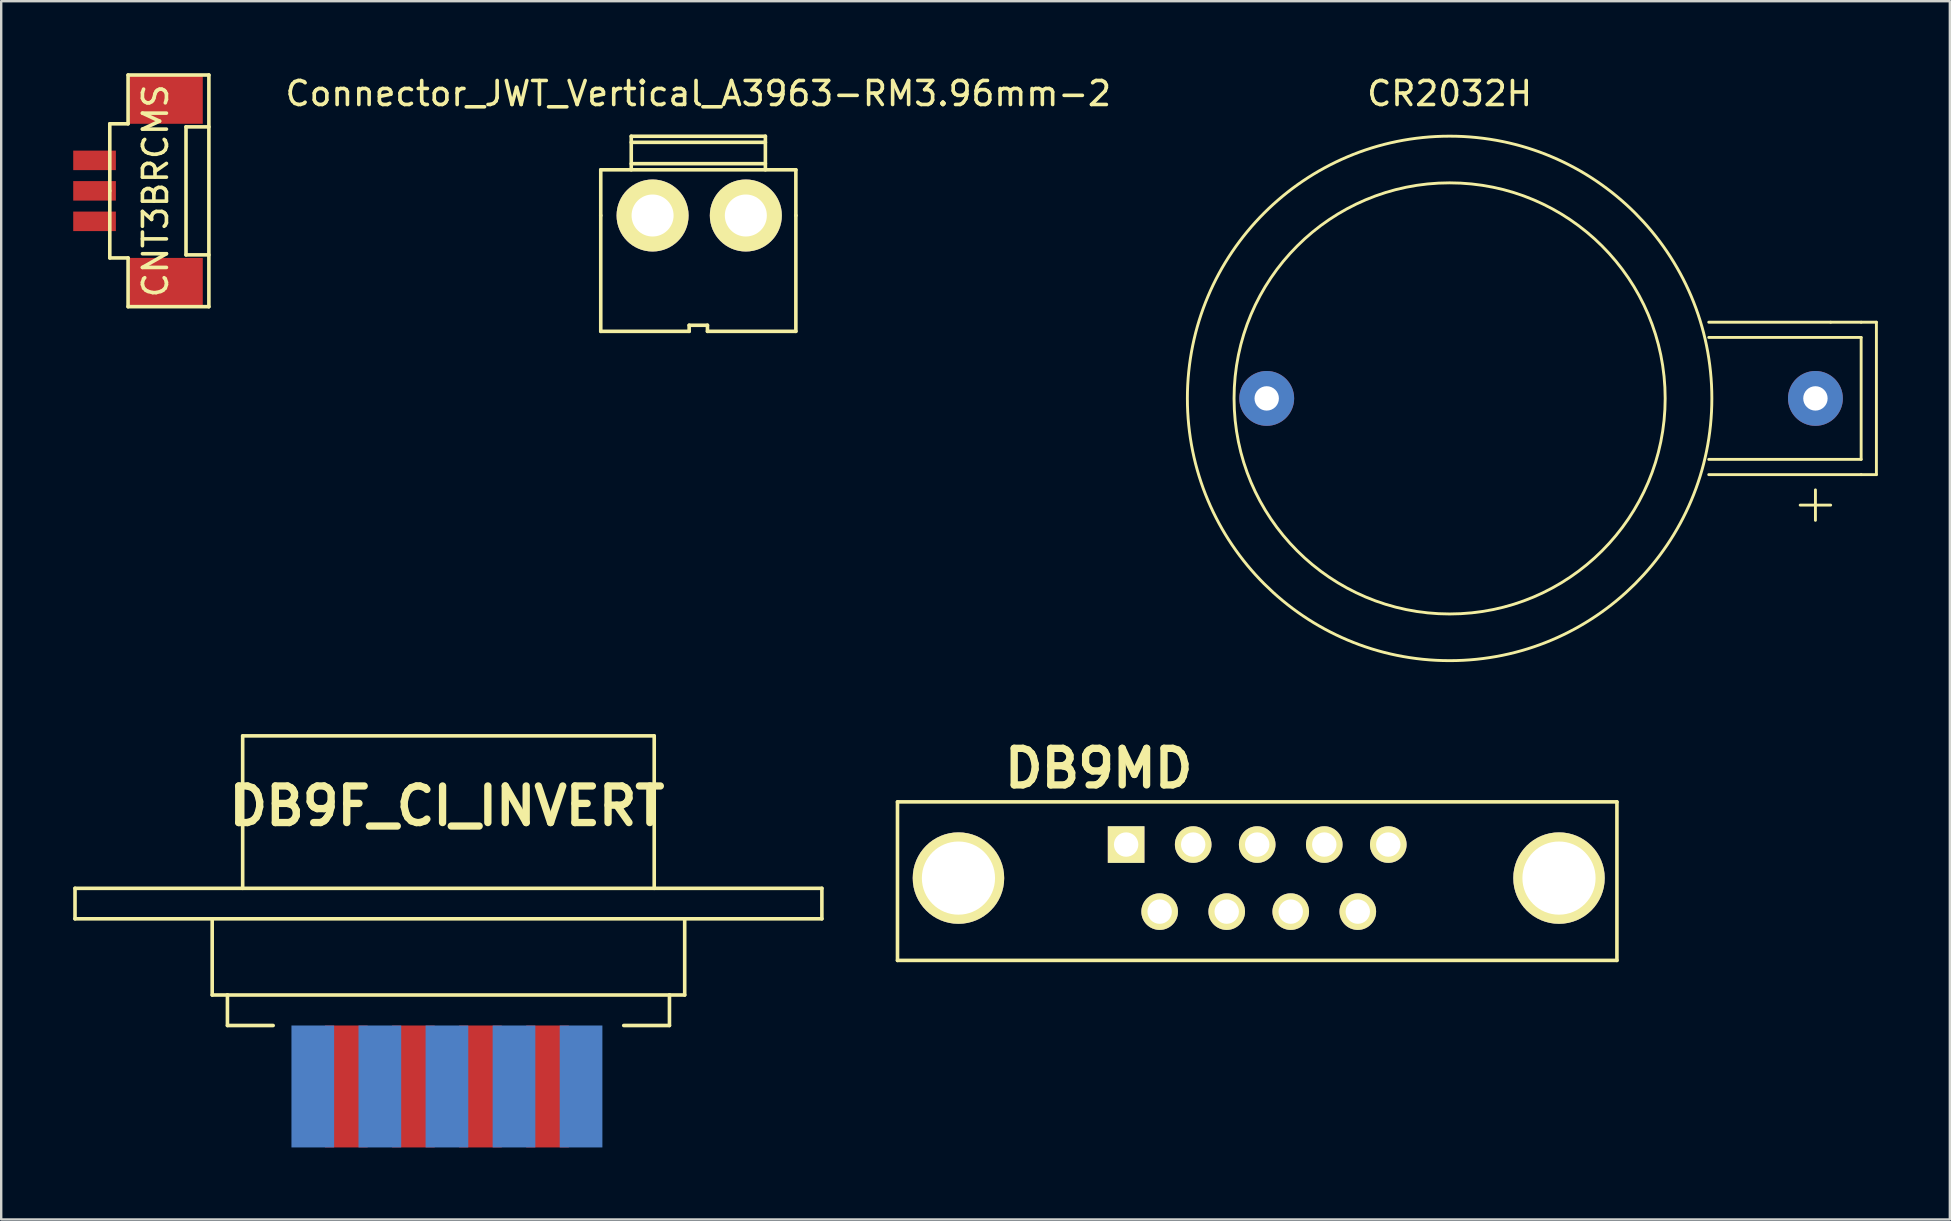
<source format=kicad_pcb>
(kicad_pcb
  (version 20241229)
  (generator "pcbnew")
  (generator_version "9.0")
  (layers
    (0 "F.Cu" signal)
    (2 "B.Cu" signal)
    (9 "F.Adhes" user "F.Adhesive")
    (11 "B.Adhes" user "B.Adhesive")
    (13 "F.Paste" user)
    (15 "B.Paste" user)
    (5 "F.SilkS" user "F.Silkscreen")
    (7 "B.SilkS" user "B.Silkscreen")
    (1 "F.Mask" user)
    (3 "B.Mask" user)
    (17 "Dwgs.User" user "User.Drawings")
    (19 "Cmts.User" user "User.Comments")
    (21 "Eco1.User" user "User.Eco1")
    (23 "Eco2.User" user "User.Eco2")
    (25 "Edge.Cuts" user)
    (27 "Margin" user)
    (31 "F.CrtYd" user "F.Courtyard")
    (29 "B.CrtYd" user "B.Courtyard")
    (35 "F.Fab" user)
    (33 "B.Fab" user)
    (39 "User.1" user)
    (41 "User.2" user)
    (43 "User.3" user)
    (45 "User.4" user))
  (footprint "DB9MD"
    (layer "F.Cu")
    (at 49.326 33.532)
    (property "Reference" "DB9MD" (at -6.604 -4.572 0) (layer "F.SilkS") (effects (font (size 1.524 1.524) (thickness 0.305))))
    (attr through_hole)
    (fp_line (start -14.986 -3.175) (end -14.986 3.429) (stroke (width 0.15) (type solid)) (layer "F.SilkS"))
    (fp_line (start -14.986 3.429) (end 14.986 3.429) (stroke (width 0.15) (type solid)) (layer "F.SilkS"))
    (fp_line (start 14.986 -3.175) (end -14.986 -3.175) (stroke (width 0.15) (type solid)) (layer "F.SilkS"))
    (fp_line (start 14.986 3.429) (end 14.986 -3.175) (stroke (width 0.15) (type solid)) (layer "F.SilkS"))
    (pad "0" thru_hole circle (at -12.446 0) (size 3.81 3.81) (drill 3.048) (layers "*.Cu" "*.Mask" "F.SilkS"))
    (pad "0" thru_hole circle (at 12.573 0) (size 3.81 3.81) (drill 3.048) (layers "*.Cu" "*.Mask" "F.SilkS"))
    (pad "1" thru_hole rect (at -5.461 -1.397) (size 1.524 1.524) (drill 1.016) (layers "*.Cu" "*.Mask" "F.SilkS"))
    (pad "2" thru_hole circle (at -2.667 -1.397) (size 1.524 1.524) (drill 1.016) (layers "*.Cu" "*.Mask" "F.SilkS"))
    (pad "3" thru_hole circle (at 0 -1.397) (size 1.524 1.524) (drill 1.016) (layers "*.Cu" "*.Mask" "F.SilkS"))
    (pad "4" thru_hole circle (at 2.794 -1.397) (size 1.524 1.524) (drill 1.016) (layers "*.Cu" "*.Mask" "F.SilkS"))
    (pad "5" thru_hole circle (at 5.461 -1.397) (size 1.524 1.524) (drill 1.016) (layers "*.Cu" "*.Mask" "F.SilkS"))
    (pad "6" thru_hole circle (at -4.064 1.397) (size 1.524 1.524) (drill 1.016) (layers "*.Cu" "*.Mask" "F.SilkS"))
    (pad "7" thru_hole circle (at -1.27 1.397) (size 1.524 1.524) (drill 1.016) (layers "*.Cu" "*.Mask" "F.SilkS"))
    (pad "8" thru_hole circle (at 1.397 1.397) (size 1.524 1.524) (drill 1.016) (layers "*.Cu" "*.Mask" "F.SilkS"))
    (pad "9" thru_hole circle (at 4.191 1.397) (size 1.524 1.524) (drill 1.016) (layers "*.Cu" "*.Mask" "F.SilkS")))
  (footprint "CR2032H"
    (layer "F.Cu")
    (at 57.342 13.548)
    (property "Reference" "CR2032H" (at 0 -12.7 0) (layer "F.SilkS") (effects (font (size 1 1) (thickness 0.15))))
    (attr through_hole)
    (fp_line (start 10.795 -3.175) (end 15.875 -3.175) (stroke (width 0.12) (type solid)) (layer "F.SilkS"))
    (fp_line (start 10.795 -2.54) (end 17.145 -2.54) (stroke (width 0.12) (type solid)) (layer "F.SilkS"))
    (fp_line (start 14.605 4.445) (end 15.875 4.445) (stroke (width 0.12) (type solid)) (layer "F.SilkS"))
    (fp_line (start 15.24 3.81) (end 15.24 5.08) (stroke (width 0.12) (type solid)) (layer "F.SilkS"))
    (fp_line (start 15.875 -3.175) (end 17.145 -3.175) (stroke (width 0.12) (type solid)) (layer "F.SilkS"))
    (fp_line (start 17.145 -3.175) (end 17.78 -3.175) (stroke (width 0.12) (type solid)) (layer "F.SilkS"))
    (fp_line (start 17.145 -2.54) (end 17.145 2.54) (stroke (width 0.12) (type solid)) (layer "F.SilkS"))
    (fp_line (start 17.145 2.54) (end 10.795 2.54) (stroke (width 0.12) (type solid)) (layer "F.SilkS"))
    (fp_line (start 17.145 3.175) (end 10.795 3.175) (stroke (width 0.12) (type solid)) (layer "F.SilkS"))
    (fp_line (start 17.78 -3.175) (end 17.78 3.175) (stroke (width 0.12) (type solid)) (layer "F.SilkS"))
    (fp_line (start 17.78 3.175) (end 17.145 3.175) (stroke (width 0.12) (type solid)) (layer "F.SilkS"))
    (fp_circle (center 0 0) (end -1.27 -8.89) (stroke (width 0.12) (type solid)) (fill no) (layer "F.SilkS"))
    (fp_circle (center 0 0) (end 6.35 8.89) (stroke (width 0.12) (type solid)) (fill no) (layer "F.SilkS"))
    (pad "1" thru_hole circle (at 15.24 0) (size 2.286 2.286) (drill 1.016) (layers "*.Cu" "*.Mask"))
    (pad "2" thru_hole circle (at -7.62 0) (size 2.286 2.286) (drill 1.016) (layers "*.Cu" "*.Mask")))
  (footprint "DB9F_CI_INVERT"
    (layer "F.Cu")
    (at 15.569 39.673)
    (property "Reference" "DB9F_CI_INVERT" (at 0 -9.144 0) (layer "F.SilkS") (effects (font (size 1.524 1.524) (thickness 0.305))))
    (attr through_hole)
    (fp_line (start -15.494 -5.715) (end 15.621 -5.715) (stroke (width 0.15) (type solid)) (layer "F.SilkS"))
    (fp_line (start -15.494 -4.445) (end -15.494 -5.715) (stroke (width 0.15) (type solid)) (layer "F.SilkS"))
    (fp_line (start -9.779 -4.445) (end -15.494 -4.445) (stroke (width 0.15) (type solid)) (layer "F.SilkS"))
    (fp_line (start -9.779 -1.27) (end -9.779 -4.445) (stroke (width 0.15) (type solid)) (layer "F.SilkS"))
    (fp_line (start -9.144 -1.27) (end -9.779 -1.27) (stroke (width 0.15) (type solid)) (layer "F.SilkS"))
    (fp_line (start -9.144 0) (end -9.144 -1.27) (stroke (width 0.15) (type solid)) (layer "F.SilkS"))
    (fp_line (start -8.509 -12.065) (end 8.636 -12.065) (stroke (width 0.15) (type solid)) (layer "F.SilkS"))
    (fp_line (start -8.509 -5.715) (end -8.509 -12.065) (stroke (width 0.15) (type solid)) (layer "F.SilkS"))
    (fp_line (start -7.239 0) (end -9.144 0) (stroke (width 0.15) (type solid)) (layer "F.SilkS"))
    (fp_line (start 7.366 0) (end 9.271 0) (stroke (width 0.15) (type solid)) (layer "F.SilkS"))
    (fp_line (start 8.636 -5.715) (end 8.636 -12.065) (stroke (width 0.15) (type solid)) (layer "F.SilkS"))
    (fp_line (start 9.271 -1.27) (end -9.144 -1.27) (stroke (width 0.15) (type solid)) (layer "F.SilkS"))
    (fp_line (start 9.271 0) (end 9.271 -1.27) (stroke (width 0.15) (type solid)) (layer "F.SilkS"))
    (fp_line (start 9.906 -4.445) (end -9.779 -4.445) (stroke (width 0.15) (type solid)) (layer "F.SilkS"))
    (fp_line (start 9.906 -1.27) (end 9.271 -1.27) (stroke (width 0.15) (type solid)) (layer "F.SilkS"))
    (fp_line (start 9.906 -1.27) (end 9.906 -4.445) (stroke (width 0.15) (type solid)) (layer "F.SilkS"))
    (fp_line (start 15.621 -4.445) (end 9.906 -4.445) (stroke (width 0.15) (type solid)) (layer "F.SilkS"))
    (fp_line (start 15.621 -4.445) (end 15.621 -5.715) (stroke (width 0.15) (type solid)) (layer "F.SilkS"))
    (pad "1" connect rect (at 5.588 2.54) (size 1.778 5.08) (layers "B.Cu" "B.Mask"))
    (pad "2" connect rect (at 2.794 2.54) (size 1.778 5.08) (layers "B.Cu" "B.Mask"))
    (pad "3" connect rect (at 0 2.54) (size 1.778 5.08) (layers "B.Cu" "B.Mask"))
    (pad "4" connect rect (at -2.794 2.54) (size 1.778 5.08) (layers "B.Cu" "B.Mask"))
    (pad "5" connect rect (at -5.588 2.54) (size 1.778 5.08) (layers "B.Cu" "B.Mask"))
    (pad "6" connect rect (at 4.191 2.54) (size 1.778 5.08) (layers "F.Cu" "F.Mask"))
    (pad "7" connect rect (at 1.397 2.54) (size 1.778 5.08) (layers "F.Cu" "F.Mask"))
    (pad "8" connect rect (at -1.397 2.54) (size 1.778 5.08) (layers "F.Cu" "F.Mask"))
    (pad "9" connect rect (at -4.191 2.54) (size 1.778 5.08) (layers "F.Cu" "F.Mask")))
  (footprint "Connector_JWT_Vertical_A3963-RM3.96mm-2"
    (layer "F.Cu")
    (at 26.042 5.928)
    (property "Reference" "Connector_JWT_Vertical_A3963-RM3.96mm-2" (at 0 -5.08 0) (layer "F.SilkS") (effects (font (size 1 1) (thickness 0.15))))
    (attr through_hole)
    (fp_line (start -4.064 -1.905) (end -4.064 0) (stroke (width 0.15) (type solid)) (layer "F.SilkS"))
    (fp_line (start -4.064 -1.905) (end 4.064 -1.905) (stroke (width 0.15) (type solid)) (layer "F.SilkS"))
    (fp_line (start -4.064 0) (end -4.064 4.826) (stroke (width 0.15) (type solid)) (layer "F.SilkS"))
    (fp_line (start -2.794 -3.302) (end 2.794 -3.302) (stroke (width 0.15) (type solid)) (layer "F.SilkS"))
    (fp_line (start -2.794 -3.048) (end 2.794 -3.048) (stroke (width 0.15) (type solid)) (layer "F.SilkS"))
    (fp_line (start -2.794 -2.159) (end 2.794 -2.159) (stroke (width 0.15) (type solid)) (layer "F.SilkS"))
    (fp_line (start -2.794 -1.905) (end -2.794 -3.302) (stroke (width 0.15) (type solid)) (layer "F.SilkS"))
    (fp_line (start -0.381 4.572) (end 0.381 4.572) (stroke (width 0.15) (type solid)) (layer "F.SilkS"))
    (fp_line (start -0.381 4.826) (end -4.064 4.826) (stroke (width 0.15) (type solid)) (layer "F.SilkS"))
    (fp_line (start -0.381 4.826) (end -0.381 4.572) (stroke (width 0.15) (type solid)) (layer "F.SilkS"))
    (fp_line (start 0.381 4.572) (end 0.381 4.826) (stroke (width 0.15) (type solid)) (layer "F.SilkS"))
    (fp_line (start 0.381 4.826) (end 4.064 4.826) (stroke (width 0.15) (type solid)) (layer "F.SilkS"))
    (fp_line (start 2.794 -1.905) (end 2.794 -3.302) (stroke (width 0.15) (type solid)) (layer "F.SilkS"))
    (fp_line (start 4.064 -1.905) (end 4.064 0) (stroke (width 0.15) (type solid)) (layer "F.SilkS"))
    (fp_line (start 4.064 4.826) (end 4.064 0) (stroke (width 0.15) (type solid)) (layer "F.SilkS"))
    (pad "1" thru_hole circle (at -1.905 0) (size 3 3) (drill 1.75) (layers "*.Cu" "*.Mask" "F.SilkS"))
    (pad "2" thru_hole circle (at 1.98 0) (size 3 3) (drill 1.75) (layers "*.Cu" "*.Mask" "F.SilkS")))
  (footprint "CNT3BRCMS"
    (layer "F.Cu")
    (at 0.889 4.901)
    (property "Reference" "CNT3BRCMS" (at 2.54 0 90) (layer "F.SilkS") (effects (font (size 1 1) (thickness 0.15))))
    (attr smd)
    (fp_line (start 0.635 -2.794) (end 1.397 -2.794) (stroke (width 0.15) (type solid)) (layer "F.SilkS"))
    (fp_line (start 0.635 0) (end 0.635 -2.794) (stroke (width 0.15) (type solid)) (layer "F.SilkS"))
    (fp_line (start 0.635 2.794) (end 0.635 0) (stroke (width 0.15) (type solid)) (layer "F.SilkS"))
    (fp_line (start 1.397 -4.826) (end 4.763 -4.826) (stroke (width 0.15) (type solid)) (layer "F.SilkS"))
    (fp_line (start 1.397 -2.794) (end 1.397 -4.826) (stroke (width 0.15) (type solid)) (layer "F.SilkS"))
    (fp_line (start 1.397 2.794) (end 0.635 2.794) (stroke (width 0.15) (type solid)) (layer "F.SilkS"))
    (fp_line (start 1.397 4.826) (end 1.397 2.794) (stroke (width 0.15) (type solid)) (layer "F.SilkS"))
    (fp_line (start 3.81 -2.667) (end 3.81 2.667) (stroke (width 0.15) (type solid)) (layer "F.SilkS"))
    (fp_line (start 3.81 2.667) (end 4.763 2.667) (stroke (width 0.15) (type solid)) (layer "F.SilkS"))
    (fp_line (start 4.763 -4.826) (end 4.763 4.826) (stroke (width 0.15) (type solid)) (layer "F.SilkS"))
    (fp_line (start 4.763 -2.667) (end 3.81 -2.667) (stroke (width 0.15) (type solid)) (layer "F.SilkS"))
    (fp_line (start 4.763 4.826) (end 1.397 4.826) (stroke (width 0.15) (type solid)) (layer "F.SilkS"))
    (pad "" smd rect (at 2.985 -3.81) (size 3.048 2.032) (layers "F.Cu" "F.Mask" "F.Paste"))
    (pad "" smd rect (at 2.985 3.81) (size 3.048 2.032) (layers "F.Cu" "F.Mask" "F.Paste"))
    (pad "1" smd rect (at 0 -1.27) (size 1.778 0.813) (layers "F.Cu" "F.Mask" "F.Paste"))
    (pad "2" smd rect (at 0 0) (size 1.778 0.813) (layers "F.Cu" "F.Mask" "F.Paste"))
    (pad "3" smd rect (at 0 1.27) (size 1.778 0.813) (layers "F.Cu" "F.Mask" "F.Paste")))
  (gr_rect
    (start -3 -3)
    (end 78.182 47.753)
    (stroke (width 0.1) (type default))
    (fill no)
    (layer "Edge.Cuts")))
</source>
